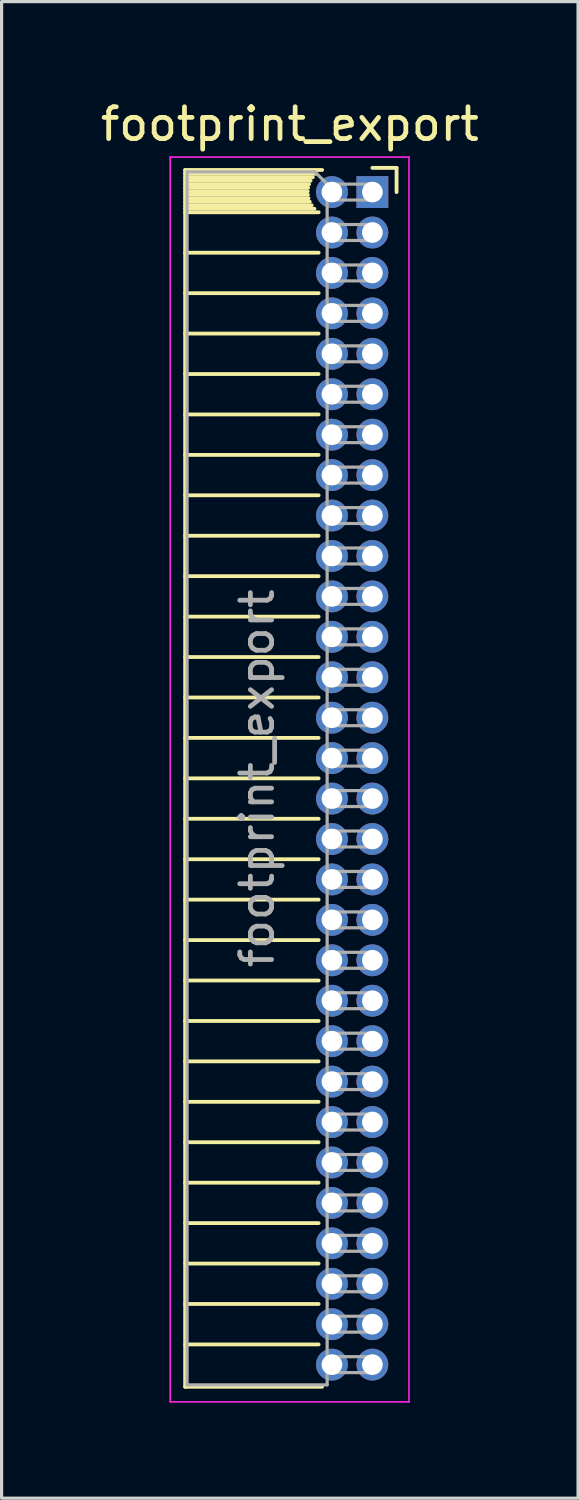
<source format=kicad_pcb>
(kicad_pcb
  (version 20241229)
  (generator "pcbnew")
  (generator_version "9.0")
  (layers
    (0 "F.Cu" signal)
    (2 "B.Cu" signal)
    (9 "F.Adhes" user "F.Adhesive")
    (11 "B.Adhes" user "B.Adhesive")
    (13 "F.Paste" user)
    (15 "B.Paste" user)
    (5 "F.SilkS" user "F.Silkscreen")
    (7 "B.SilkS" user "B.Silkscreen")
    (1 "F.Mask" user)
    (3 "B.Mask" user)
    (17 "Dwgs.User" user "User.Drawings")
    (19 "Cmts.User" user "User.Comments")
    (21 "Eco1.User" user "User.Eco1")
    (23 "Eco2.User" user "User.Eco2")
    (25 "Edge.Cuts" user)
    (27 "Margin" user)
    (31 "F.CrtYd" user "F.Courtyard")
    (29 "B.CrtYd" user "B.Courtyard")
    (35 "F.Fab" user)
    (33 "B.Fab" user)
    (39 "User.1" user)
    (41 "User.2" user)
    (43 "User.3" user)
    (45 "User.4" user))
  (footprint "footprint_export"
    (layer "F.Cu")
    (at 8.646 2.983)
    (property "Reference" "footprint_export" (at -2.592 -2.135 0) (layer "F.SilkS") (effects (font (size 1 1) (thickness 0.15))))
    (attr through_hole)
    (fp_line (start -5.88 -0.695) (end -5.88 37.525) (stroke (width 0.12) (type solid)) (layer "F.SilkS"))
    (fp_line (start -5.88 -0.695) (end -1.578 -0.695) (stroke (width 0.12) (type solid)) (layer "F.SilkS"))
    (fp_line (start -5.88 -0.575) (end -1.767 -0.575) (stroke (width 0.12) (type solid)) (layer "F.SilkS"))
    (fp_line (start -5.88 -0.465) (end -1.871 -0.465) (stroke (width 0.12) (type solid)) (layer "F.SilkS"))
    (fp_line (start -5.88 -0.355) (end -1.942 -0.355) (stroke (width 0.12) (type solid)) (layer "F.SilkS"))
    (fp_line (start -5.88 -0.245) (end -1.989 -0.245) (stroke (width 0.12) (type solid)) (layer "F.SilkS"))
    (fp_line (start -5.88 -0.135) (end -2.018 -0.135) (stroke (width 0.12) (type solid)) (layer "F.SilkS"))
    (fp_line (start -5.88 -0.025) (end -2.03 -0.025) (stroke (width 0.12) (type solid)) (layer "F.SilkS"))
    (fp_line (start -5.88 0.085) (end -2.025 0.085) (stroke (width 0.12) (type solid)) (layer "F.SilkS"))
    (fp_line (start -5.88 0.195) (end -2.005 0.195) (stroke (width 0.12) (type solid)) (layer "F.SilkS"))
    (fp_line (start -5.88 0.305) (end -1.966 0.305) (stroke (width 0.12) (type solid)) (layer "F.SilkS"))
    (fp_line (start -5.88 0.415) (end -1.907 0.415) (stroke (width 0.12) (type solid)) (layer "F.SilkS"))
    (fp_line (start -5.88 0.525) (end -1.82 0.525) (stroke (width 0.12) (type solid)) (layer "F.SilkS"))
    (fp_line (start -5.88 0.635) (end -1.688 0.635) (stroke (width 0.12) (type solid)) (layer "F.SilkS"))
    (fp_line (start -5.88 1.905) (end -1.688 1.905) (stroke (width 0.12) (type solid)) (layer "F.SilkS"))
    (fp_line (start -5.88 3.175) (end -1.688 3.175) (stroke (width 0.12) (type solid)) (layer "F.SilkS"))
    (fp_line (start -5.88 4.445) (end -1.688 4.445) (stroke (width 0.12) (type solid)) (layer "F.SilkS"))
    (fp_line (start -5.88 5.715) (end -1.688 5.715) (stroke (width 0.12) (type solid)) (layer "F.SilkS"))
    (fp_line (start -5.88 6.985) (end -1.688 6.985) (stroke (width 0.12) (type solid)) (layer "F.SilkS"))
    (fp_line (start -5.88 8.255) (end -1.688 8.255) (stroke (width 0.12) (type solid)) (layer "F.SilkS"))
    (fp_line (start -5.88 9.525) (end -1.688 9.525) (stroke (width 0.12) (type solid)) (layer "F.SilkS"))
    (fp_line (start -5.88 10.795) (end -1.688 10.795) (stroke (width 0.12) (type solid)) (layer "F.SilkS"))
    (fp_line (start -5.88 12.065) (end -1.688 12.065) (stroke (width 0.12) (type solid)) (layer "F.SilkS"))
    (fp_line (start -5.88 13.335) (end -1.688 13.335) (stroke (width 0.12) (type solid)) (layer "F.SilkS"))
    (fp_line (start -5.88 14.605) (end -1.688 14.605) (stroke (width 0.12) (type solid)) (layer "F.SilkS"))
    (fp_line (start -5.88 15.875) (end -1.688 15.875) (stroke (width 0.12) (type solid)) (layer "F.SilkS"))
    (fp_line (start -5.88 17.145) (end -1.688 17.145) (stroke (width 0.12) (type solid)) (layer "F.SilkS"))
    (fp_line (start -5.88 18.415) (end -1.688 18.415) (stroke (width 0.12) (type solid)) (layer "F.SilkS"))
    (fp_line (start -5.88 19.685) (end -1.688 19.685) (stroke (width 0.12) (type solid)) (layer "F.SilkS"))
    (fp_line (start -5.88 20.955) (end -1.688 20.955) (stroke (width 0.12) (type solid)) (layer "F.SilkS"))
    (fp_line (start -5.88 22.225) (end -1.688 22.225) (stroke (width 0.12) (type solid)) (layer "F.SilkS"))
    (fp_line (start -5.88 23.495) (end -1.688 23.495) (stroke (width 0.12) (type solid)) (layer "F.SilkS"))
    (fp_line (start -5.88 24.765) (end -1.688 24.765) (stroke (width 0.12) (type solid)) (layer "F.SilkS"))
    (fp_line (start -5.88 26.035) (end -1.688 26.035) (stroke (width 0.12) (type solid)) (layer "F.SilkS"))
    (fp_line (start -5.88 27.305) (end -1.688 27.305) (stroke (width 0.12) (type solid)) (layer "F.SilkS"))
    (fp_line (start -5.88 28.575) (end -1.688 28.575) (stroke (width 0.12) (type solid)) (layer "F.SilkS"))
    (fp_line (start -5.88 29.845) (end -1.688 29.845) (stroke (width 0.12) (type solid)) (layer "F.SilkS"))
    (fp_line (start -5.88 31.115) (end -1.688 31.115) (stroke (width 0.12) (type solid)) (layer "F.SilkS"))
    (fp_line (start -5.88 32.385) (end -1.688 32.385) (stroke (width 0.12) (type solid)) (layer "F.SilkS"))
    (fp_line (start -5.88 33.655) (end -1.688 33.655) (stroke (width 0.12) (type solid)) (layer "F.SilkS"))
    (fp_line (start -5.88 34.925) (end -1.688 34.925) (stroke (width 0.12) (type solid)) (layer "F.SilkS"))
    (fp_line (start -5.88 36.195) (end -1.688 36.195) (stroke (width 0.12) (type solid)) (layer "F.SilkS"))
    (fp_line (start -5.88 37.525) (end -1.578 37.525) (stroke (width 0.12) (type solid)) (layer "F.SilkS"))
    (fp_line (start 0 -0.76) (end 0.76 -0.76) (stroke (width 0.12) (type solid)) (layer "F.SilkS"))
    (fp_line (start 0.76 -0.76) (end 0.76 0) (stroke (width 0.12) (type solid)) (layer "F.SilkS"))
    (fp_line (start -6.35 -1.1) (end -6.35 38) (stroke (width 0.05) (type solid)) (layer "F.CrtYd"))
    (fp_line (start -6.35 38) (end 1.15 38) (stroke (width 0.05) (type solid)) (layer "F.CrtYd"))
    (fp_line (start 1.15 -1.1) (end -6.35 -1.1) (stroke (width 0.05) (type solid)) (layer "F.CrtYd"))
    (fp_line (start 1.15 38) (end 1.15 -1.1) (stroke (width 0.05) (type solid)) (layer "F.CrtYd"))
    (fp_line (start -5.82 -0.635) (end -1.805 -0.635) (stroke (width 0.1) (type solid)) (layer "F.Fab"))
    (fp_line (start -5.82 37.465) (end -5.82 -0.635) (stroke (width 0.1) (type solid)) (layer "F.Fab"))
    (fp_line (start -1.805 -0.635) (end -1.42 -0.25) (stroke (width 0.1) (type solid)) (layer "F.Fab"))
    (fp_line (start -1.42 -0.25) (end -1.42 37.465) (stroke (width 0.1) (type solid)) (layer "F.Fab"))
    (fp_line (start -1.42 0.25) (end 0 0.25) (stroke (width 0.1) (type solid)) (layer "F.Fab"))
    (fp_line (start -1.42 1.52) (end 0 1.52) (stroke (width 0.1) (type solid)) (layer "F.Fab"))
    (fp_line (start -1.42 2.79) (end 0 2.79) (stroke (width 0.1) (type solid)) (layer "F.Fab"))
    (fp_line (start -1.42 4.06) (end 0 4.06) (stroke (width 0.1) (type solid)) (layer "F.Fab"))
    (fp_line (start -1.42 5.33) (end 0 5.33) (stroke (width 0.1) (type solid)) (layer "F.Fab"))
    (fp_line (start -1.42 6.6) (end 0 6.6) (stroke (width 0.1) (type solid)) (layer "F.Fab"))
    (fp_line (start -1.42 7.87) (end 0 7.87) (stroke (width 0.1) (type solid)) (layer "F.Fab"))
    (fp_line (start -1.42 9.14) (end 0 9.14) (stroke (width 0.1) (type solid)) (layer "F.Fab"))
    (fp_line (start -1.42 10.41) (end 0 10.41) (stroke (width 0.1) (type solid)) (layer "F.Fab"))
    (fp_line (start -1.42 11.68) (end 0 11.68) (stroke (width 0.1) (type solid)) (layer "F.Fab"))
    (fp_line (start -1.42 12.95) (end 0 12.95) (stroke (width 0.1) (type solid)) (layer "F.Fab"))
    (fp_line (start -1.42 14.22) (end 0 14.22) (stroke (width 0.1) (type solid)) (layer "F.Fab"))
    (fp_line (start -1.42 15.49) (end 0 15.49) (stroke (width 0.1) (type solid)) (layer "F.Fab"))
    (fp_line (start -1.42 16.76) (end 0 16.76) (stroke (width 0.1) (type solid)) (layer "F.Fab"))
    (fp_line (start -1.42 18.03) (end 0 18.03) (stroke (width 0.1) (type solid)) (layer "F.Fab"))
    (fp_line (start -1.42 19.3) (end 0 19.3) (stroke (width 0.1) (type solid)) (layer "F.Fab"))
    (fp_line (start -1.42 20.57) (end 0 20.57) (stroke (width 0.1) (type solid)) (layer "F.Fab"))
    (fp_line (start -1.42 21.84) (end 0 21.84) (stroke (width 0.1) (type solid)) (layer "F.Fab"))
    (fp_line (start -1.42 23.11) (end 0 23.11) (stroke (width 0.1) (type solid)) (layer "F.Fab"))
    (fp_line (start -1.42 24.38) (end 0 24.38) (stroke (width 0.1) (type solid)) (layer "F.Fab"))
    (fp_line (start -1.42 25.65) (end 0 25.65) (stroke (width 0.1) (type solid)) (layer "F.Fab"))
    (fp_line (start -1.42 26.92) (end 0 26.92) (stroke (width 0.1) (type solid)) (layer "F.Fab"))
    (fp_line (start -1.42 28.19) (end 0 28.19) (stroke (width 0.1) (type solid)) (layer "F.Fab"))
    (fp_line (start -1.42 29.46) (end 0 29.46) (stroke (width 0.1) (type solid)) (layer "F.Fab"))
    (fp_line (start -1.42 30.73) (end 0 30.73) (stroke (width 0.1) (type solid)) (layer "F.Fab"))
    (fp_line (start -1.42 32) (end 0 32) (stroke (width 0.1) (type solid)) (layer "F.Fab"))
    (fp_line (start -1.42 33.27) (end 0 33.27) (stroke (width 0.1) (type solid)) (layer "F.Fab"))
    (fp_line (start -1.42 34.54) (end 0 34.54) (stroke (width 0.1) (type solid)) (layer "F.Fab"))
    (fp_line (start -1.42 35.81) (end 0 35.81) (stroke (width 0.1) (type solid)) (layer "F.Fab"))
    (fp_line (start -1.42 37.08) (end 0 37.08) (stroke (width 0.1) (type solid)) (layer "F.Fab"))
    (fp_line (start -1.42 37.465) (end -5.82 37.465) (stroke (width 0.1) (type solid)) (layer "F.Fab"))
    (fp_line (start 0 -0.25) (end -1.42 -0.25) (stroke (width 0.1) (type solid)) (layer "F.Fab"))
    (fp_line (start 0 0.25) (end 0 -0.25) (stroke (width 0.1) (type solid)) (layer "F.Fab"))
    (fp_line (start 0 1.02) (end -1.42 1.02) (stroke (width 0.1) (type solid)) (layer "F.Fab"))
    (fp_line (start 0 1.52) (end 0 1.02) (stroke (width 0.1) (type solid)) (layer "F.Fab"))
    (fp_line (start 0 2.29) (end -1.42 2.29) (stroke (width 0.1) (type solid)) (layer "F.Fab"))
    (fp_line (start 0 2.79) (end 0 2.29) (stroke (width 0.1) (type solid)) (layer "F.Fab"))
    (fp_line (start 0 3.56) (end -1.42 3.56) (stroke (width 0.1) (type solid)) (layer "F.Fab"))
    (fp_line (start 0 4.06) (end 0 3.56) (stroke (width 0.1) (type solid)) (layer "F.Fab"))
    (fp_line (start 0 4.83) (end -1.42 4.83) (stroke (width 0.1) (type solid)) (layer "F.Fab"))
    (fp_line (start 0 5.33) (end 0 4.83) (stroke (width 0.1) (type solid)) (layer "F.Fab"))
    (fp_line (start 0 6.1) (end -1.42 6.1) (stroke (width 0.1) (type solid)) (layer "F.Fab"))
    (fp_line (start 0 6.6) (end 0 6.1) (stroke (width 0.1) (type solid)) (layer "F.Fab"))
    (fp_line (start 0 7.37) (end -1.42 7.37) (stroke (width 0.1) (type solid)) (layer "F.Fab"))
    (fp_line (start 0 7.87) (end 0 7.37) (stroke (width 0.1) (type solid)) (layer "F.Fab"))
    (fp_line (start 0 8.64) (end -1.42 8.64) (stroke (width 0.1) (type solid)) (layer "F.Fab"))
    (fp_line (start 0 9.14) (end 0 8.64) (stroke (width 0.1) (type solid)) (layer "F.Fab"))
    (fp_line (start 0 9.91) (end -1.42 9.91) (stroke (width 0.1) (type solid)) (layer "F.Fab"))
    (fp_line (start 0 10.41) (end 0 9.91) (stroke (width 0.1) (type solid)) (layer "F.Fab"))
    (fp_line (start 0 11.18) (end -1.42 11.18) (stroke (width 0.1) (type solid)) (layer "F.Fab"))
    (fp_line (start 0 11.68) (end 0 11.18) (stroke (width 0.1) (type solid)) (layer "F.Fab"))
    (fp_line (start 0 12.45) (end -1.42 12.45) (stroke (width 0.1) (type solid)) (layer "F.Fab"))
    (fp_line (start 0 12.95) (end 0 12.45) (stroke (width 0.1) (type solid)) (layer "F.Fab"))
    (fp_line (start 0 13.72) (end -1.42 13.72) (stroke (width 0.1) (type solid)) (layer "F.Fab"))
    (fp_line (start 0 14.22) (end 0 13.72) (stroke (width 0.1) (type solid)) (layer "F.Fab"))
    (fp_line (start 0 14.99) (end -1.42 14.99) (stroke (width 0.1) (type solid)) (layer "F.Fab"))
    (fp_line (start 0 15.49) (end 0 14.99) (stroke (width 0.1) (type solid)) (layer "F.Fab"))
    (fp_line (start 0 16.26) (end -1.42 16.26) (stroke (width 0.1) (type solid)) (layer "F.Fab"))
    (fp_line (start 0 16.76) (end 0 16.26) (stroke (width 0.1) (type solid)) (layer "F.Fab"))
    (fp_line (start 0 17.53) (end -1.42 17.53) (stroke (width 0.1) (type solid)) (layer "F.Fab"))
    (fp_line (start 0 18.03) (end 0 17.53) (stroke (width 0.1) (type solid)) (layer "F.Fab"))
    (fp_line (start 0 18.8) (end -1.42 18.8) (stroke (width 0.1) (type solid)) (layer "F.Fab"))
    (fp_line (start 0 19.3) (end 0 18.8) (stroke (width 0.1) (type solid)) (layer "F.Fab"))
    (fp_line (start 0 20.07) (end -1.42 20.07) (stroke (width 0.1) (type solid)) (layer "F.Fab"))
    (fp_line (start 0 20.57) (end 0 20.07) (stroke (width 0.1) (type solid)) (layer "F.Fab"))
    (fp_line (start 0 21.34) (end -1.42 21.34) (stroke (width 0.1) (type solid)) (layer "F.Fab"))
    (fp_line (start 0 21.84) (end 0 21.34) (stroke (width 0.1) (type solid)) (layer "F.Fab"))
    (fp_line (start 0 22.61) (end -1.42 22.61) (stroke (width 0.1) (type solid)) (layer "F.Fab"))
    (fp_line (start 0 23.11) (end 0 22.61) (stroke (width 0.1) (type solid)) (layer "F.Fab"))
    (fp_line (start 0 23.88) (end -1.42 23.88) (stroke (width 0.1) (type solid)) (layer "F.Fab"))
    (fp_line (start 0 24.38) (end 0 23.88) (stroke (width 0.1) (type solid)) (layer "F.Fab"))
    (fp_line (start 0 25.15) (end -1.42 25.15) (stroke (width 0.1) (type solid)) (layer "F.Fab"))
    (fp_line (start 0 25.65) (end 0 25.15) (stroke (width 0.1) (type solid)) (layer "F.Fab"))
    (fp_line (start 0 26.42) (end -1.42 26.42) (stroke (width 0.1) (type solid)) (layer "F.Fab"))
    (fp_line (start 0 26.92) (end 0 26.42) (stroke (width 0.1) (type solid)) (layer "F.Fab"))
    (fp_line (start 0 27.69) (end -1.42 27.69) (stroke (width 0.1) (type solid)) (layer "F.Fab"))
    (fp_line (start 0 28.19) (end 0 27.69) (stroke (width 0.1) (type solid)) (layer "F.Fab"))
    (fp_line (start 0 28.96) (end -1.42 28.96) (stroke (width 0.1) (type solid)) (layer "F.Fab"))
    (fp_line (start 0 29.46) (end 0 28.96) (stroke (width 0.1) (type solid)) (layer "F.Fab"))
    (fp_line (start 0 30.23) (end -1.42 30.23) (stroke (width 0.1) (type solid)) (layer "F.Fab"))
    (fp_line (start 0 30.73) (end 0 30.23) (stroke (width 0.1) (type solid)) (layer "F.Fab"))
    (fp_line (start 0 31.5) (end -1.42 31.5) (stroke (width 0.1) (type solid)) (layer "F.Fab"))
    (fp_line (start 0 32) (end 0 31.5) (stroke (width 0.1) (type solid)) (layer "F.Fab"))
    (fp_line (start 0 32.77) (end -1.42 32.77) (stroke (width 0.1) (type solid)) (layer "F.Fab"))
    (fp_line (start 0 33.27) (end 0 32.77) (stroke (width 0.1) (type solid)) (layer "F.Fab"))
    (fp_line (start 0 34.04) (end -1.42 34.04) (stroke (width 0.1) (type solid)) (layer "F.Fab"))
    (fp_line (start 0 34.54) (end 0 34.04) (stroke (width 0.1) (type solid)) (layer "F.Fab"))
    (fp_line (start 0 35.31) (end -1.42 35.31) (stroke (width 0.1) (type solid)) (layer "F.Fab"))
    (fp_line (start 0 35.81) (end 0 35.31) (stroke (width 0.1) (type solid)) (layer "F.Fab"))
    (fp_line (start 0 36.58) (end -1.42 36.58) (stroke (width 0.1) (type solid)) (layer "F.Fab"))
    (fp_line (start 0 37.08) (end 0 36.58) (stroke (width 0.1) (type solid)) (layer "F.Fab"))
    (fp_text user "${REFERENCE}" (at -3.62 18.415 90) (layer "F.Fab") (effects (font (size 1 1) (thickness 0.15))))
    (pad "1" thru_hole rect (at 0 0) (size 1 1) (drill 0.65) (layers "*.Cu" "*.Mask"))
    (pad "2" thru_hole oval (at -1.27 0) (size 1 1) (drill 0.65) (layers "*.Cu" "*.Mask"))
    (pad "3" thru_hole oval (at 0 1.27) (size 1 1) (drill 0.65) (layers "*.Cu" "*.Mask"))
    (pad "4" thru_hole oval (at -1.27 1.27) (size 1 1) (drill 0.65) (layers "*.Cu" "*.Mask"))
    (pad "5" thru_hole oval (at 0 2.54) (size 1 1) (drill 0.65) (layers "*.Cu" "*.Mask"))
    (pad "6" thru_hole oval (at -1.27 2.54) (size 1 1) (drill 0.65) (layers "*.Cu" "*.Mask"))
    (pad "7" thru_hole oval (at 0 3.81) (size 1 1) (drill 0.65) (layers "*.Cu" "*.Mask"))
    (pad "8" thru_hole oval (at -1.27 3.81) (size 1 1) (drill 0.65) (layers "*.Cu" "*.Mask"))
    (pad "9" thru_hole oval (at 0 5.08) (size 1 1) (drill 0.65) (layers "*.Cu" "*.Mask"))
    (pad "10" thru_hole oval (at -1.27 5.08) (size 1 1) (drill 0.65) (layers "*.Cu" "*.Mask"))
    (pad "11" thru_hole oval (at 0 6.35) (size 1 1) (drill 0.65) (layers "*.Cu" "*.Mask"))
    (pad "12" thru_hole oval (at -1.27 6.35) (size 1 1) (drill 0.65) (layers "*.Cu" "*.Mask"))
    (pad "13" thru_hole oval (at 0 7.62) (size 1 1) (drill 0.65) (layers "*.Cu" "*.Mask"))
    (pad "14" thru_hole oval (at -1.27 7.62) (size 1 1) (drill 0.65) (layers "*.Cu" "*.Mask"))
    (pad "15" thru_hole oval (at 0 8.89) (size 1 1) (drill 0.65) (layers "*.Cu" "*.Mask"))
    (pad "16" thru_hole oval (at -1.27 8.89) (size 1 1) (drill 0.65) (layers "*.Cu" "*.Mask"))
    (pad "17" thru_hole oval (at 0 10.16) (size 1 1) (drill 0.65) (layers "*.Cu" "*.Mask"))
    (pad "18" thru_hole oval (at -1.27 10.16) (size 1 1) (drill 0.65) (layers "*.Cu" "*.Mask"))
    (pad "19" thru_hole oval (at 0 11.43) (size 1 1) (drill 0.65) (layers "*.Cu" "*.Mask"))
    (pad "20" thru_hole oval (at -1.27 11.43) (size 1 1) (drill 0.65) (layers "*.Cu" "*.Mask"))
    (pad "21" thru_hole oval (at 0 12.7) (size 1 1) (drill 0.65) (layers "*.Cu" "*.Mask"))
    (pad "22" thru_hole oval (at -1.27 12.7) (size 1 1) (drill 0.65) (layers "*.Cu" "*.Mask"))
    (pad "23" thru_hole oval (at 0 13.97) (size 1 1) (drill 0.65) (layers "*.Cu" "*.Mask"))
    (pad "24" thru_hole oval (at -1.27 13.97) (size 1 1) (drill 0.65) (layers "*.Cu" "*.Mask"))
    (pad "25" thru_hole oval (at 0 15.24) (size 1 1) (drill 0.65) (layers "*.Cu" "*.Mask"))
    (pad "26" thru_hole oval (at -1.27 15.24) (size 1 1) (drill 0.65) (layers "*.Cu" "*.Mask"))
    (pad "27" thru_hole oval (at 0 16.51) (size 1 1) (drill 0.65) (layers "*.Cu" "*.Mask"))
    (pad "28" thru_hole oval (at -1.27 16.51) (size 1 1) (drill 0.65) (layers "*.Cu" "*.Mask"))
    (pad "29" thru_hole oval (at 0 17.78) (size 1 1) (drill 0.65) (layers "*.Cu" "*.Mask"))
    (pad "30" thru_hole oval (at -1.27 17.78) (size 1 1) (drill 0.65) (layers "*.Cu" "*.Mask"))
    (pad "31" thru_hole oval (at 0 19.05) (size 1 1) (drill 0.65) (layers "*.Cu" "*.Mask"))
    (pad "32" thru_hole oval (at -1.27 19.05) (size 1 1) (drill 0.65) (layers "*.Cu" "*.Mask"))
    (pad "33" thru_hole oval (at 0 20.32) (size 1 1) (drill 0.65) (layers "*.Cu" "*.Mask"))
    (pad "34" thru_hole oval (at -1.27 20.32) (size 1 1) (drill 0.65) (layers "*.Cu" "*.Mask"))
    (pad "35" thru_hole oval (at 0 21.59) (size 1 1) (drill 0.65) (layers "*.Cu" "*.Mask"))
    (pad "36" thru_hole oval (at -1.27 21.59) (size 1 1) (drill 0.65) (layers "*.Cu" "*.Mask"))
    (pad "37" thru_hole oval (at 0 22.86) (size 1 1) (drill 0.65) (layers "*.Cu" "*.Mask"))
    (pad "38" thru_hole oval (at -1.27 22.86) (size 1 1) (drill 0.65) (layers "*.Cu" "*.Mask"))
    (pad "39" thru_hole oval (at 0 24.13) (size 1 1) (drill 0.65) (layers "*.Cu" "*.Mask"))
    (pad "40" thru_hole oval (at -1.27 24.13) (size 1 1) (drill 0.65) (layers "*.Cu" "*.Mask"))
    (pad "41" thru_hole oval (at 0 25.4) (size 1 1) (drill 0.65) (layers "*.Cu" "*.Mask"))
    (pad "42" thru_hole oval (at -1.27 25.4) (size 1 1) (drill 0.65) (layers "*.Cu" "*.Mask"))
    (pad "43" thru_hole oval (at 0 26.67) (size 1 1) (drill 0.65) (layers "*.Cu" "*.Mask"))
    (pad "44" thru_hole oval (at -1.27 26.67) (size 1 1) (drill 0.65) (layers "*.Cu" "*.Mask"))
    (pad "45" thru_hole oval (at 0 27.94) (size 1 1) (drill 0.65) (layers "*.Cu" "*.Mask"))
    (pad "46" thru_hole oval (at -1.27 27.94) (size 1 1) (drill 0.65) (layers "*.Cu" "*.Mask"))
    (pad "47" thru_hole oval (at 0 29.21) (size 1 1) (drill 0.65) (layers "*.Cu" "*.Mask"))
    (pad "48" thru_hole oval (at -1.27 29.21) (size 1 1) (drill 0.65) (layers "*.Cu" "*.Mask"))
    (pad "49" thru_hole oval (at 0 30.48) (size 1 1) (drill 0.65) (layers "*.Cu" "*.Mask"))
    (pad "50" thru_hole oval (at -1.27 30.48) (size 1 1) (drill 0.65) (layers "*.Cu" "*.Mask"))
    (pad "51" thru_hole oval (at 0 31.75) (size 1 1) (drill 0.65) (layers "*.Cu" "*.Mask"))
    (pad "52" thru_hole oval (at -1.27 31.75) (size 1 1) (drill 0.65) (layers "*.Cu" "*.Mask"))
    (pad "53" thru_hole oval (at 0 33.02) (size 1 1) (drill 0.65) (layers "*.Cu" "*.Mask"))
    (pad "54" thru_hole oval (at -1.27 33.02) (size 1 1) (drill 0.65) (layers "*.Cu" "*.Mask"))
    (pad "55" thru_hole oval (at 0 34.29) (size 1 1) (drill 0.65) (layers "*.Cu" "*.Mask"))
    (pad "56" thru_hole oval (at -1.27 34.29) (size 1 1) (drill 0.65) (layers "*.Cu" "*.Mask"))
    (pad "57" thru_hole oval (at 0 35.56) (size 1 1) (drill 0.65) (layers "*.Cu" "*.Mask"))
    (pad "58" thru_hole oval (at -1.27 35.56) (size 1 1) (drill 0.65) (layers "*.Cu" "*.Mask"))
    (pad "59" thru_hole oval (at 0 36.83) (size 1 1) (drill 0.65) (layers "*.Cu" "*.Mask"))
    (pad "60" thru_hole oval (at -1.27 36.83) (size 1 1) (drill 0.65) (layers "*.Cu" "*.Mask")))
  (gr_rect
    (start -3 -3)
    (end 15.107 44.008)
    (stroke (width 0.1) (type default))
    (fill no)
    (layer "Edge.Cuts")))
</source>
